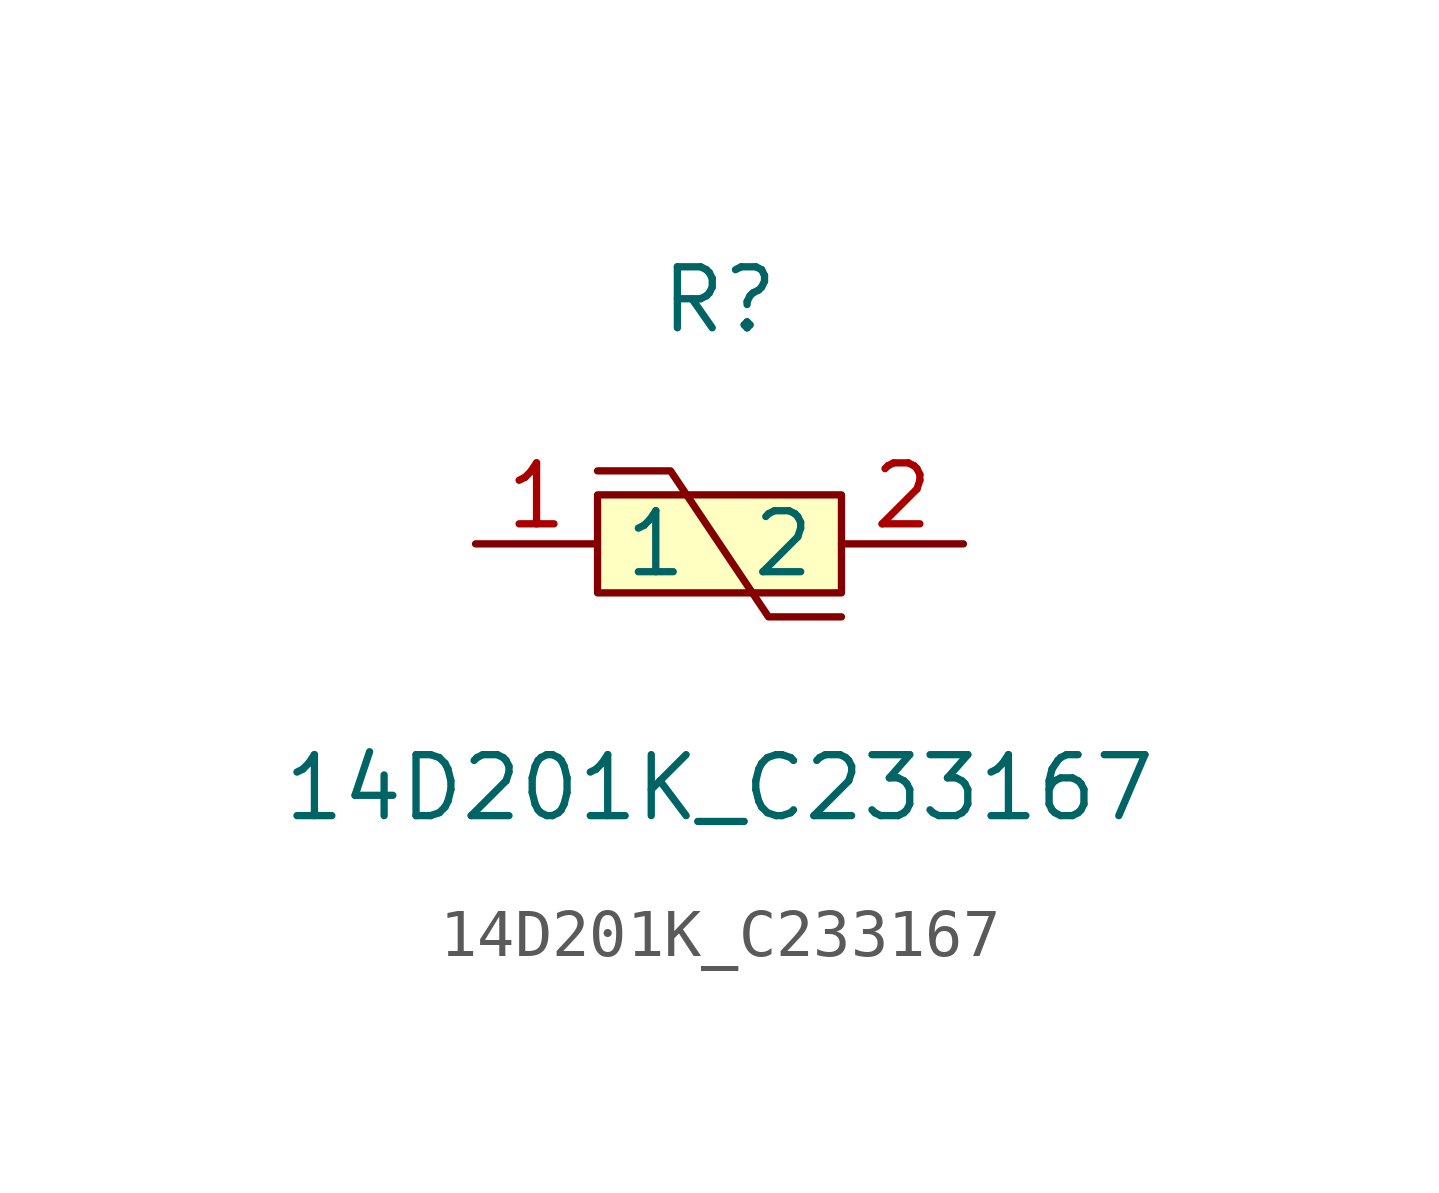
<source format=kicad_sym>
(kicad_symbol_lib
  (version 1)
  (generator "faebryk")
  (symbol "14D201K_C233167"
    (property "Reference" "R"
      (at 0 5.08 0)
      (effects (font (size 1.27 1.27)) (hide no)))
    (property "Value" "14D201K_C233167"
      (at 0 -5.08 0)
      (effects (font (size 1.27 1.27)) (hide no)))
    (symbol "14D201K_C233167_0_1"
      (polyline (stroke (width 0) (type default) (color 0 0 0 0)) (fill (type none)) (pts (xy -2.54 1.52) (xy -1.02 1.52) (xy 1.02 -1.52) (xy 2.54 -1.52)))
      (rectangle (start -2.54 1.02) (end 2.54 -1.02) (stroke (width 0) (type default) (color 0 0 0 0)) (fill (type background)))
      (pin unspecified line (at 5.08 0 180) (length 2.54) (name "2" (effects (font (size 1.27 1.27)) (hide no))) (number "2" (effects (font (size 1.27 1.27)) (hide no))))
      (pin unspecified line (at -5.08 0 0) (length 2.54) (name "1" (effects (font (size 1.27 1.27)) (hide no))) (number "1" (effects (font (size 1.27 1.27)) (hide no)))))))
</source>
